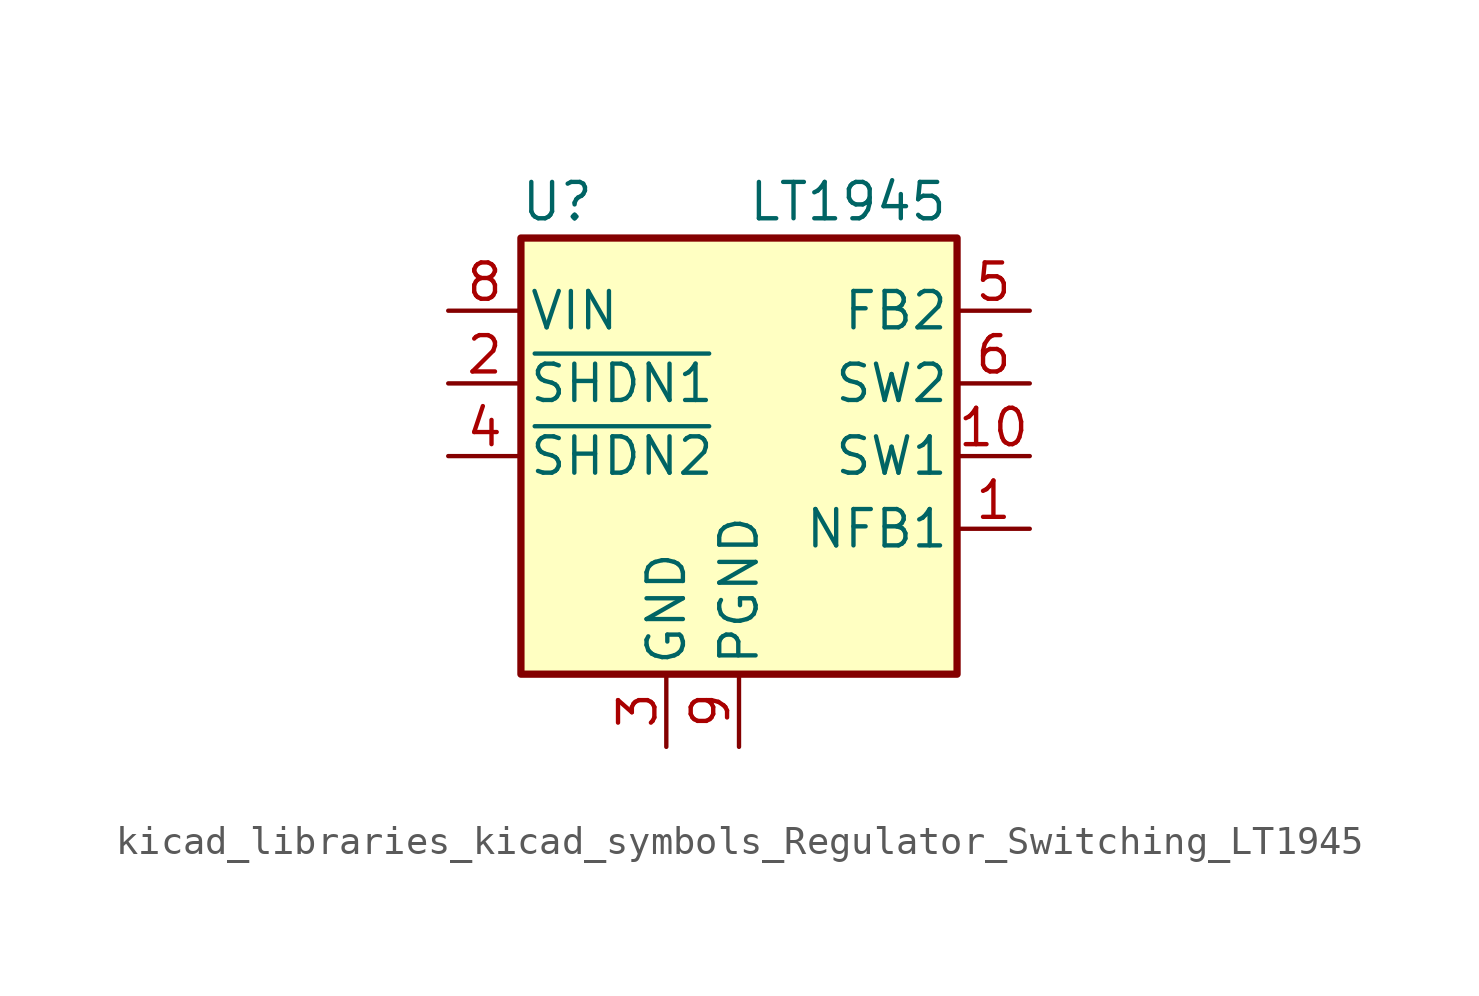
<source format=kicad_sym>
(kicad_symbol_lib
  (version 20220914)
  (generator kicad_symbol_editor)
  (symbol "kicad_libraries_kicad_symbols_Regulator_Switching_LT1945"
    (pin_names
      (offset 0.254))
    (property "Reference" "U"
      (at -6.35 11.43 0)
      (effects (font (size 1.27 1.27))))
    (property "Value" "LT1945"
      (at 3.81 11.43 0)
      (effects (font (size 1.27 1.27))))
    (symbol "kicad_libraries_kicad_symbols_Regulator_Switching_LT1945_0_1"
      (rectangle (start -7.62 10.16) (end 7.62 -5.08) (stroke (width 0.254) (type default)) (fill (type background))))
    (symbol "kicad_libraries_kicad_symbols_Regulator_Switching_LT1945_1_1"
      (pin input line (at 10.16 0 180) (length 2.54) (name "NFB1" (effects (font (size 1.27 1.27)))) (number "1" (effects (font (size 1.27 1.27)))))
      (pin power_out line (at 10.16 2.54 180) (length 2.54) (name "SW1" (effects (font (size 1.27 1.27)))) (number "10" (effects (font (size 1.27 1.27)))))
      (pin input line (at -10.16 5.08 0) (length 2.54) (name "~{SHDN1}" (effects (font (size 1.27 1.27)))) (number "2" (effects (font (size 1.27 1.27)))))
      (pin power_in line (at -2.54 -7.62 90) (length 2.54) (name "GND" (effects (font (size 1.27 1.27)))) (number "3" (effects (font (size 1.27 1.27)))))
      (pin input line (at -10.16 2.54 0) (length 2.54) (name "~{SHDN2}" (effects (font (size 1.27 1.27)))) (number "4" (effects (font (size 1.27 1.27)))))
      (pin input line (at 10.16 7.62 180) (length 2.54) (name "FB2" (effects (font (size 1.27 1.27)))) (number "5" (effects (font (size 1.27 1.27)))))
      (pin power_out line (at 10.16 5.08 180) (length 2.54) (name "SW2" (effects (font (size 1.27 1.27)))) (number "6" (effects (font (size 1.27 1.27)))))
      (pin passive line (at 0 -7.62 90) (length 2.54) hide (name "PGND" (effects (font (size 1.27 1.27)))) (number "7" (effects (font (size 1.27 1.27)))))
      (pin power_in line (at -10.16 7.62 0) (length 2.54) (name "VIN" (effects (font (size 1.27 1.27)))) (number "8" (effects (font (size 1.27 1.27)))))
      (pin power_in line (at 0 -7.62 90) (length 2.54) (name "PGND" (effects (font (size 1.27 1.27)))) (number "9" (effects (font (size 1.27 1.27))))))))
</source>
